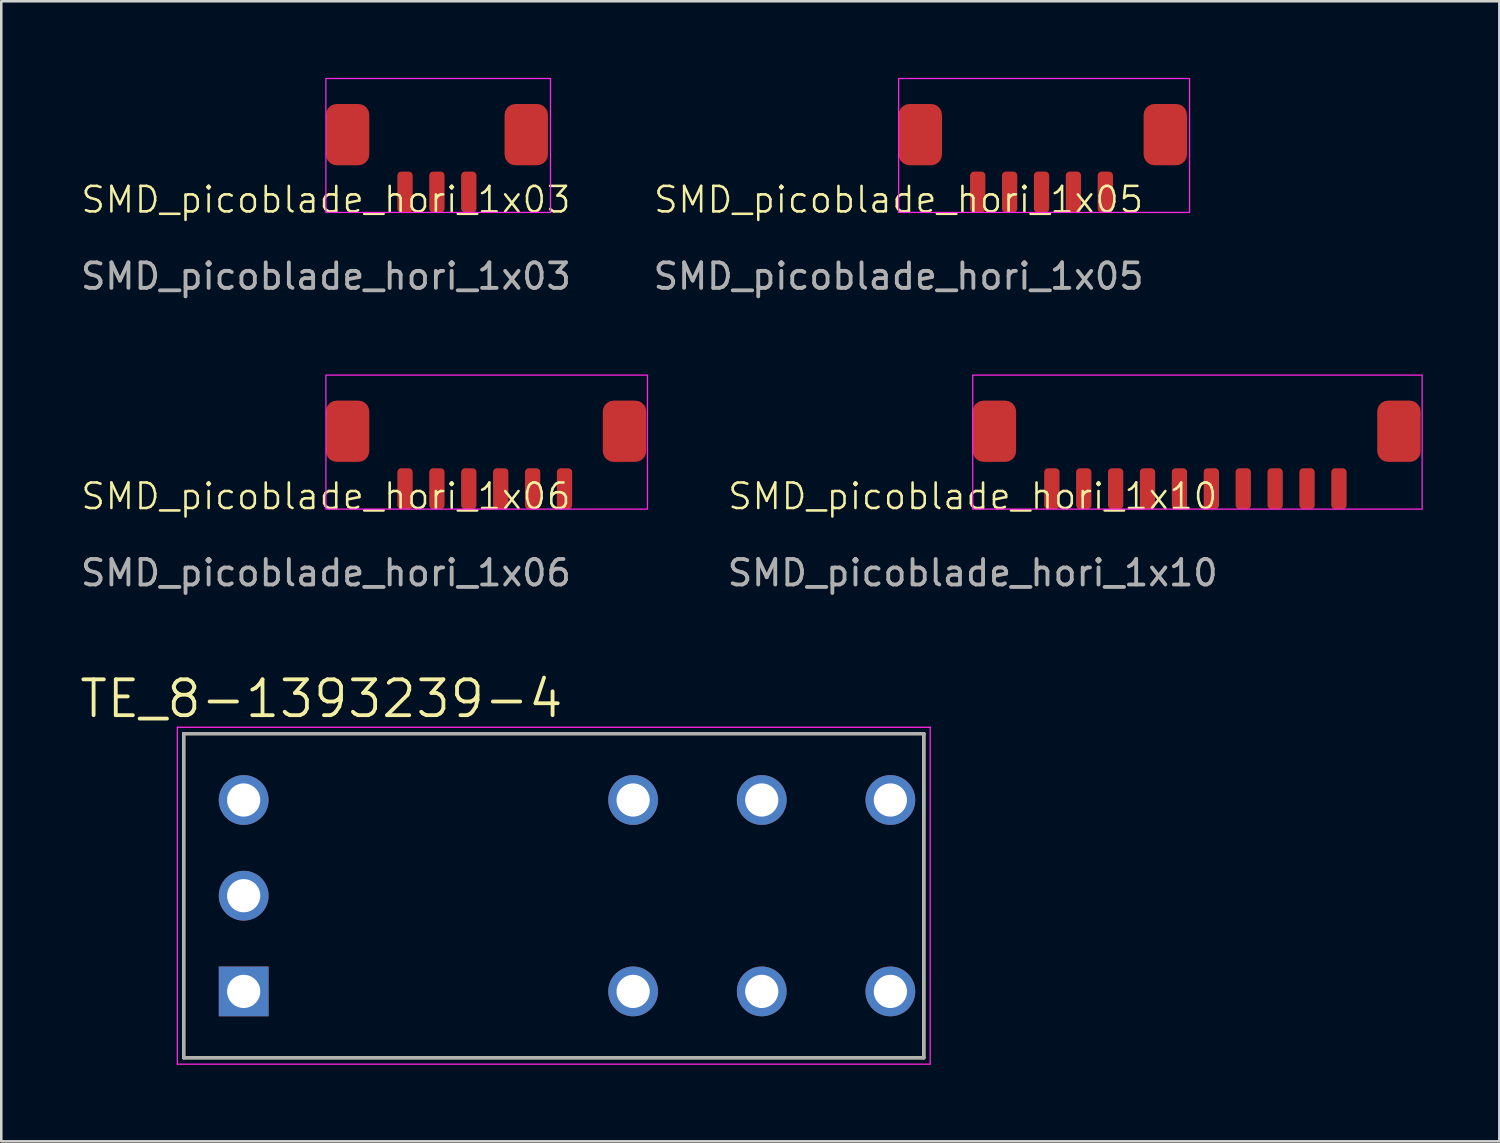
<source format=kicad_pcb>
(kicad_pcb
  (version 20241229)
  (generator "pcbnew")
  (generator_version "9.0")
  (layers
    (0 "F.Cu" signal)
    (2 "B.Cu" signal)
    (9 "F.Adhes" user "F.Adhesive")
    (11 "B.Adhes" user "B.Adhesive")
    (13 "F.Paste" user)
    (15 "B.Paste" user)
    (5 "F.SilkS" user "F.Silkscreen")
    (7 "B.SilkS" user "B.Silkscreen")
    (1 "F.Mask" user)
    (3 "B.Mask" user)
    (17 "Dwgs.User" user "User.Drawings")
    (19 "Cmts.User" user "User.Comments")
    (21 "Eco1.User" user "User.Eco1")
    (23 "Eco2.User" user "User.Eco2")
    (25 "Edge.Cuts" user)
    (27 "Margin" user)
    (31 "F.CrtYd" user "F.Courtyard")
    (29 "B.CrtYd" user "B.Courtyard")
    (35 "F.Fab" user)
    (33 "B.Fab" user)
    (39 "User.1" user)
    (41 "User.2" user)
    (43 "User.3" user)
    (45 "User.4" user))
  (footprint "SMD_picoblade_hori_1x05"
    (layer "F.Cu")
    (at 32.161 5.275)
    (property "Reference" "SMD_picoblade_hori_1x05" (at 0 -0.5 0) (unlocked yes) (layer "F.SilkS") (effects (font (size 1 1) (thickness 0.1))))
    (attr smd)
    (fp_rect (start 0 0) (end 11.4 -5.25) (stroke (width 0.05) (type default)) (fill no) (layer "F.CrtYd"))
    (fp_text user "${REFERENCE}" (at 0 2.5 0) (unlocked yes) (layer "F.Fab") (effects (font (size 1 1) (thickness 0.15))))
    (pad "" smd roundrect (at 0.85 -3.05) (size 1.7 2.4) (layers "F.Cu" "F.Mask" "F.Paste") (roundrect_rratio 0.25))
    (pad "" smd roundrect (at 10.45 -3.05) (size 1.7 2.4) (layers "F.Cu" "F.Mask" "F.Paste") (roundrect_rratio 0.25))
    (pad "1" smd roundrect (at 8.1 -0.8) (size 0.6 1.6) (layers "F.Cu" "F.Mask" "F.Paste") (roundrect_rratio 0.25))
    (pad "2" smd roundrect (at 6.85 -0.8) (size 0.6 1.6) (layers "F.Cu" "F.Mask" "F.Paste") (roundrect_rratio 0.25))
    (pad "3" smd roundrect (at 5.6 -0.8) (size 0.6 1.6) (layers "F.Cu" "F.Mask" "F.Paste") (roundrect_rratio 0.25))
    (pad "4" smd roundrect (at 4.35 -0.8) (size 0.6 1.6) (layers "F.Cu" "F.Mask" "F.Paste") (roundrect_rratio 0.25))
    (pad "5" smd roundrect (at 3.1 -0.8) (size 0.6 1.6) (layers "F.Cu" "F.Mask" "F.Paste") (roundrect_rratio 0.25)))
  (footprint "SMD_picoblade_hori_1x10"
    (layer "F.Cu")
    (at 35.065 16.898)
    (property "Reference" "SMD_picoblade_hori_1x10" (at 0 -0.5 0) (unlocked yes) (layer "F.SilkS") (effects (font (size 1 1) (thickness 0.1))))
    (attr smd)
    (fp_rect (start 0 0) (end 17.61 -5.25) (stroke (width 0.05) (type default)) (fill no) (layer "F.CrtYd"))
    (fp_text user "${REFERENCE}" (at 0 2.5 0) (unlocked yes) (layer "F.Fab") (effects (font (size 1 1) (thickness 0.15))))
    (pad "" smd roundrect (at 0.85 -3.05) (size 1.7 2.4) (layers "F.Cu" "F.Mask" "F.Paste") (roundrect_rratio 0.25))
    (pad "" smd roundrect (at 16.7 -3.05) (size 1.7 2.4) (layers "F.Cu" "F.Mask" "F.Paste") (roundrect_rratio 0.25))
    (pad "1" smd roundrect (at 14.35 -0.8) (size 0.6 1.6) (layers "F.Cu" "F.Mask" "F.Paste") (roundrect_rratio 0.25))
    (pad "2" smd roundrect (at 13.1 -0.8) (size 0.6 1.6) (layers "F.Cu" "F.Mask" "F.Paste") (roundrect_rratio 0.25))
    (pad "3" smd roundrect (at 11.85 -0.8) (size 0.6 1.6) (layers "F.Cu" "F.Mask" "F.Paste") (roundrect_rratio 0.25))
    (pad "4" smd roundrect (at 10.6 -0.8) (size 0.6 1.6) (layers "F.Cu" "F.Mask" "F.Paste") (roundrect_rratio 0.25))
    (pad "5" smd roundrect (at 9.35 -0.8) (size 0.6 1.6) (layers "F.Cu" "F.Mask" "F.Paste") (roundrect_rratio 0.25))
    (pad "6" smd roundrect (at 8.1 -0.8) (size 0.6 1.6) (layers "F.Cu" "F.Mask" "F.Paste") (roundrect_rratio 0.25))
    (pad "7" smd roundrect (at 6.85 -0.8) (size 0.6 1.6) (layers "F.Cu" "F.Mask" "F.Paste") (roundrect_rratio 0.25))
    (pad "8" smd roundrect (at 5.6 -0.8) (size 0.6 1.6) (layers "F.Cu" "F.Mask" "F.Paste") (roundrect_rratio 0.25))
    (pad "9" smd roundrect (at 4.35 -0.8) (size 0.6 1.6) (layers "F.Cu" "F.Mask" "F.Paste") (roundrect_rratio 0.25))
    (pad "10" smd roundrect (at 3.1 -0.8) (size 0.6 1.6) (layers "F.Cu" "F.Mask" "F.Paste") (roundrect_rratio 0.25)))
  (footprint "SMD_picoblade_hori_1x03"
    (layer "F.Cu")
    (at 9.72 5.275)
    (property "Reference" "SMD_picoblade_hori_1x03" (at 0 -0.5 0) (unlocked yes) (layer "F.SilkS") (effects (font (size 1 1) (thickness 0.1))))
    (attr smd)
    (fp_rect (start 0 0) (end 8.8 -5.25) (stroke (width 0.05) (type default)) (fill no) (layer "F.CrtYd"))
    (fp_text user "${REFERENCE}" (at 0 2.5 0) (unlocked yes) (layer "F.Fab") (effects (font (size 1 1) (thickness 0.15))))
    (pad "" smd roundrect (at 0.85 -3.05) (size 1.7 2.4) (layers "F.Cu" "F.Mask" "F.Paste") (roundrect_rratio 0.25))
    (pad "" smd roundrect (at 7.85 -3.05) (size 1.7 2.4) (layers "F.Cu" "F.Mask" "F.Paste") (roundrect_rratio 0.25))
    (pad "1" smd roundrect (at 5.6 -0.8) (size 0.6 1.6) (layers "F.Cu" "F.Mask" "F.Paste") (roundrect_rratio 0.25))
    (pad "2" smd roundrect (at 4.35 -0.8) (size 0.6 1.6) (layers "F.Cu" "F.Mask" "F.Paste") (roundrect_rratio 0.25))
    (pad "3" smd roundrect (at 3.1 -0.8) (size 0.6 1.6) (layers "F.Cu" "F.Mask" "F.Paste") (roundrect_rratio 0.25)))
  (footprint "TE_8-1393239-4"
    (layer "F.Cu")
    (at 6.498 35.797)
    (property "Reference" "TE_8-1393239-4" (at 3.045 -11.466 0) (layer "F.SilkS") (effects (font (size 1.404 1.404) (thickness 0.15))))
    (attr through_hole)
    (fp_line (start -2.35 -10.1) (end 26.65 -10.1) (stroke (width 0.127) (type solid)) (layer "F.SilkS"))
    (fp_line (start -2.35 2.6) (end -2.35 -10.1) (stroke (width 0.127) (type solid)) (layer "F.SilkS"))
    (fp_line (start 26.65 -10.1) (end 26.65 2.6) (stroke (width 0.127) (type solid)) (layer "F.SilkS"))
    (fp_line (start 26.65 2.6) (end -2.35 2.6) (stroke (width 0.127) (type solid)) (layer "F.SilkS"))
    (fp_line (start -2.6 -10.35) (end 26.9 -10.35) (stroke (width 0.05) (type solid)) (layer "F.CrtYd"))
    (fp_line (start -2.6 2.85) (end -2.6 -10.35) (stroke (width 0.05) (type solid)) (layer "F.CrtYd"))
    (fp_line (start 26.9 -10.35) (end 26.9 2.85) (stroke (width 0.05) (type solid)) (layer "F.CrtYd"))
    (fp_line (start 26.9 2.85) (end -2.6 2.85) (stroke (width 0.05) (type solid)) (layer "F.CrtYd"))
    (fp_line (start -2.35 -10.1) (end 26.65 -10.1) (stroke (width 0.127) (type solid)) (layer "F.Fab"))
    (fp_line (start -2.35 2.6) (end -2.35 -10.1) (stroke (width 0.127) (type solid)) (layer "F.Fab"))
    (fp_line (start 26.65 -10.1) (end 26.65 2.6) (stroke (width 0.127) (type solid)) (layer "F.Fab"))
    (fp_line (start 26.65 2.6) (end -2.35 2.6) (stroke (width 0.127) (type solid)) (layer "F.Fab"))
    (pad "1" thru_hole circle (at 20.3 -7.5) (size 1.95 1.95) (drill 1.3) (layers "*.Cu" "*.Mask"))
    (pad "2" thru_hole circle (at 15.26 -7.5) (size 1.95 1.95) (drill 1.3) (layers "*.Cu" "*.Mask"))
    (pad "4" thru_hole circle (at 25.34 -7.5) (size 1.95 1.95) (drill 1.3) (layers "*.Cu" "*.Mask"))
    (pad "11" thru_hole circle (at 20.3 0) (size 1.95 1.95) (drill 1.3) (layers "*.Cu" "*.Mask"))
    (pad "12" thru_hole circle (at 15.26 0) (size 1.95 1.95) (drill 1.3) (layers "*.Cu" "*.Mask"))
    (pad "14" thru_hole circle (at 25.34 0) (size 1.95 1.95) (drill 1.3) (layers "*.Cu" "*.Mask"))
    (pad "A1" thru_hole rect (at 0 0) (size 1.95 1.95) (drill 1.3) (layers "*.Cu" "*.Mask"))
    (pad "A2" thru_hole circle (at 0 -7.5) (size 1.95 1.95) (drill 1.3) (layers "*.Cu" "*.Mask"))
    (pad "A3" thru_hole circle (at 0 -3.75) (size 1.95 1.95) (drill 1.3) (layers "*.Cu" "*.Mask")))
  (footprint "SMD_picoblade_hori_1x06"
    (layer "F.Cu")
    (at 9.72 16.898)
    (property "Reference" "SMD_picoblade_hori_1x06" (at 0 -0.5 0) (unlocked yes) (layer "F.SilkS") (effects (font (size 1 1) (thickness 0.1))))
    (attr smd)
    (fp_rect (start 0 0) (end 12.6 -5.25) (stroke (width 0.05) (type default)) (fill no) (layer "F.CrtYd"))
    (fp_text user "${REFERENCE}" (at 0 2.5 0) (unlocked yes) (layer "F.Fab") (effects (font (size 1 1) (thickness 0.15))))
    (pad "" smd roundrect (at 0.85 -3.05) (size 1.7 2.4) (layers "F.Cu" "F.Mask" "F.Paste") (roundrect_rratio 0.25))
    (pad "" smd roundrect (at 11.7 -3.05) (size 1.7 2.4) (layers "F.Cu" "F.Mask" "F.Paste") (roundrect_rratio 0.25))
    (pad "1" smd roundrect (at 9.35 -0.8) (size 0.6 1.6) (layers "F.Cu" "F.Mask" "F.Paste") (roundrect_rratio 0.25))
    (pad "2" smd roundrect (at 8.1 -0.8) (size 0.6 1.6) (layers "F.Cu" "F.Mask" "F.Paste") (roundrect_rratio 0.25))
    (pad "3" smd roundrect (at 6.85 -0.8) (size 0.6 1.6) (layers "F.Cu" "F.Mask" "F.Paste") (roundrect_rratio 0.25))
    (pad "4" smd roundrect (at 5.6 -0.8) (size 0.6 1.6) (layers "F.Cu" "F.Mask" "F.Paste") (roundrect_rratio 0.25))
    (pad "5" smd roundrect (at 4.35 -0.8) (size 0.6 1.6) (layers "F.Cu" "F.Mask" "F.Paste") (roundrect_rratio 0.25))
    (pad "6" smd roundrect (at 3.1 -0.8) (size 0.6 1.6) (layers "F.Cu" "F.Mask" "F.Paste") (roundrect_rratio 0.25)))
  (gr_rect
    (start -3 -3)
    (end 55.7 41.672)
    (stroke (width 0.1) (type default))
    (fill no)
    (layer "Edge.Cuts")))
</source>
